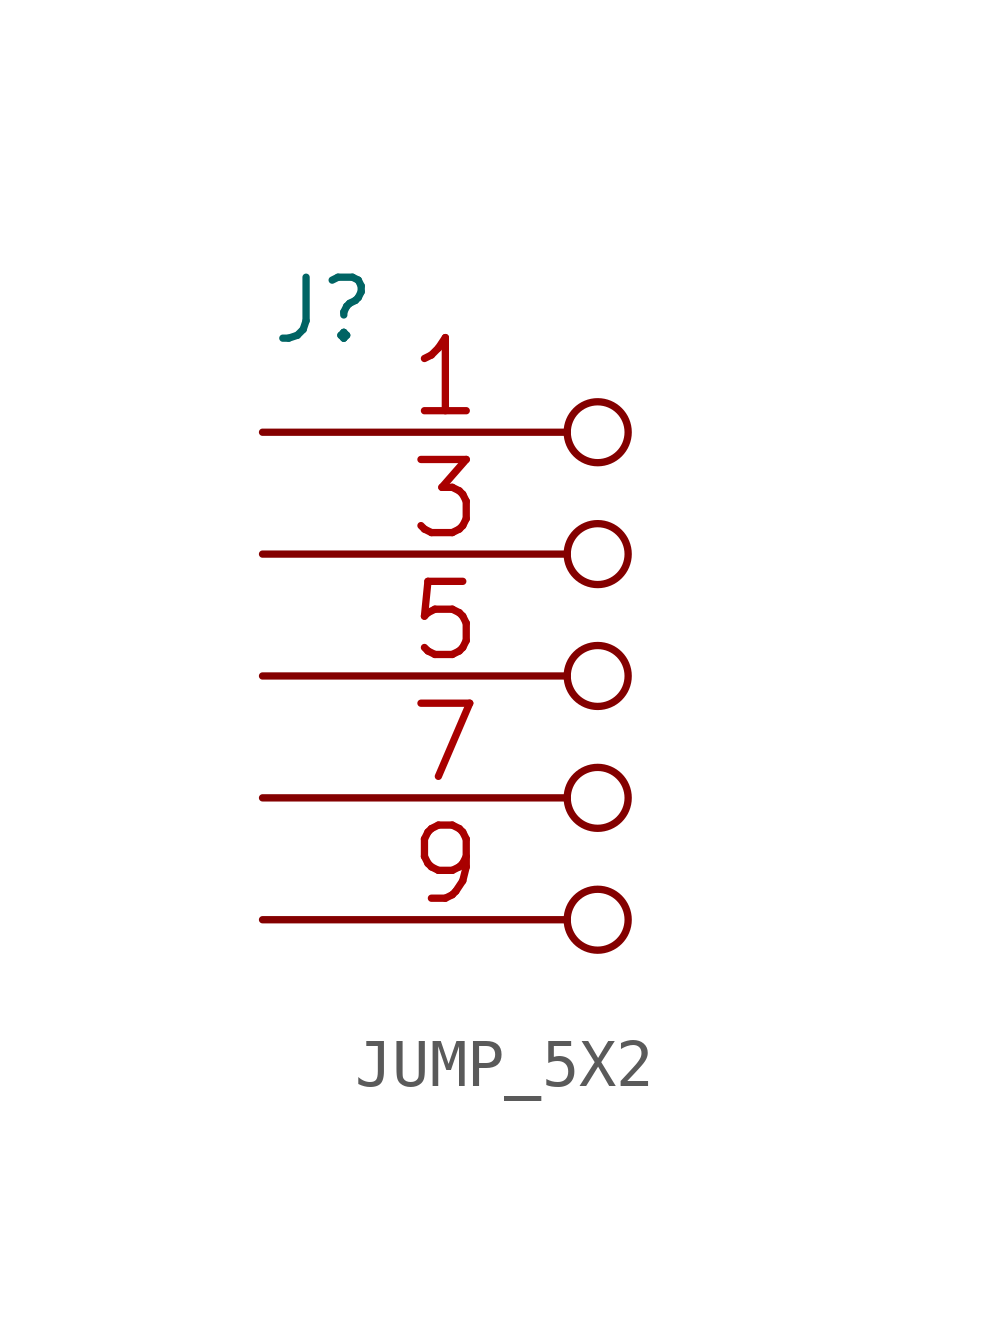
<source format=kicad_sym>
(kicad_symbol_lib
  (version 20211014)
  (generator kicad_symbol_editor)
  (symbol "JUMP_5X2"
    (pin_names
      (offset 1.016) hide)
    (property "Reference" "J"
      (at -8.89 6.35 0)
      (effects (font (size 1.27 1.27))))
    (property "Footprint" ""
      (at 0 0 0)
      (effects (font (size 1.524 1.524))))
    (property "Datasheet" ""
      (at 0 0 0)
      (effects (font (size 1.524 1.524))))
    (symbol "JUMP_5X2_1_1"
      (pin passive inverted (at -10.16 3.81 0) (length 7.62) (name "2" (effects (font (size 1.524 1.524)))) (number "1" (effects (font (size 1.524 1.524)))))
      (pin passive inverted (at -10.16 -6.35 0) (length 7.62) hide (name "10" (effects (font (size 1.524 1.524)))) (number "10" (effects (font (size 1.524 1.524)))))
      (pin passive inverted (at -10.16 3.81 0) (length 7.62) hide (name "2" (effects (font (size 1.524 1.524)))) (number "2" (effects (font (size 1.524 1.524)))))
      (pin passive inverted (at -10.16 1.27 0) (length 7.62) (name "4" (effects (font (size 1.524 1.524)))) (number "3" (effects (font (size 1.524 1.524)))))
      (pin passive inverted (at -10.16 1.27 0) (length 7.62) hide (name "4" (effects (font (size 1.524 1.524)))) (number "4" (effects (font (size 1.524 1.524)))))
      (pin passive inverted (at -10.16 -1.27 0) (length 7.62) (name "6" (effects (font (size 1.524 1.524)))) (number "5" (effects (font (size 1.524 1.524)))))
      (pin passive inverted (at -10.16 -1.27 0) (length 7.62) hide (name "6" (effects (font (size 1.524 1.524)))) (number "6" (effects (font (size 1.524 1.524)))))
      (pin passive inverted (at -10.16 -3.81 0) (length 7.62) (name "7" (effects (font (size 1.524 1.524)))) (number "7" (effects (font (size 1.524 1.524)))))
      (pin passive inverted (at -10.16 -3.81 0) (length 7.62) hide (name "7" (effects (font (size 1.524 1.524)))) (number "8" (effects (font (size 1.524 1.524)))))
      (pin passive inverted (at -10.16 -6.35 0) (length 7.62) (name "10" (effects (font (size 1.524 1.524)))) (number "9" (effects (font (size 1.524 1.524))))))))
</source>
